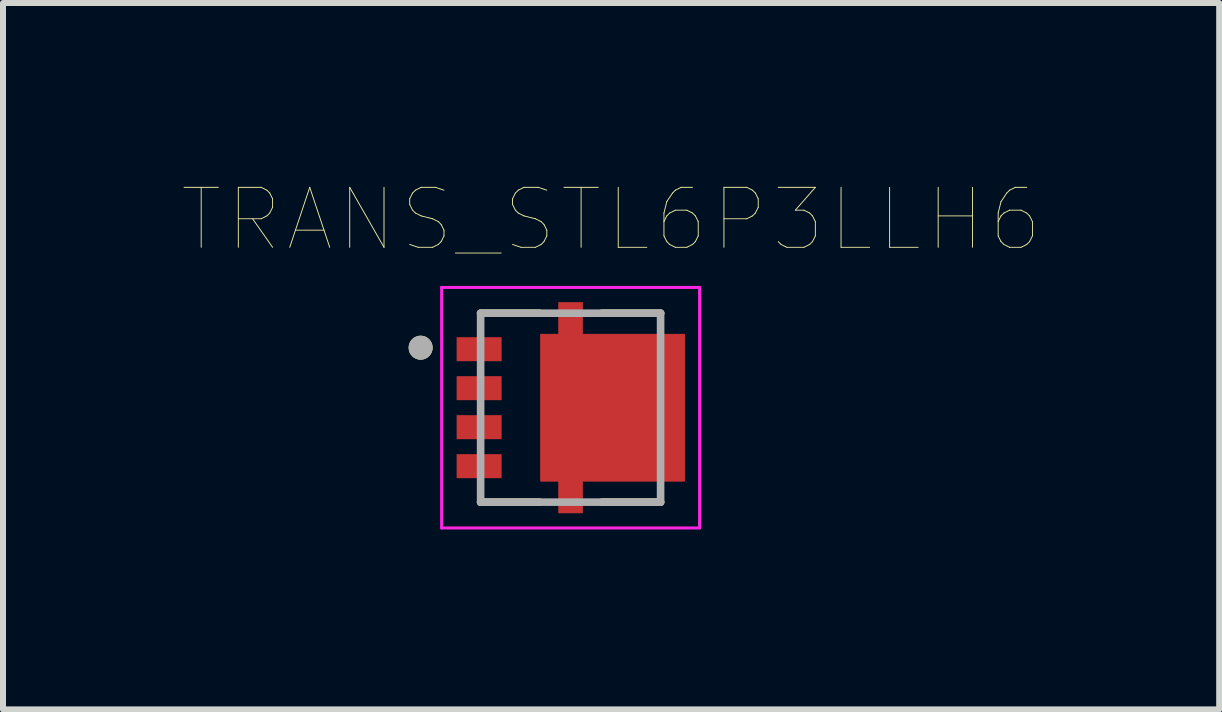
<source format=kicad_pcb>
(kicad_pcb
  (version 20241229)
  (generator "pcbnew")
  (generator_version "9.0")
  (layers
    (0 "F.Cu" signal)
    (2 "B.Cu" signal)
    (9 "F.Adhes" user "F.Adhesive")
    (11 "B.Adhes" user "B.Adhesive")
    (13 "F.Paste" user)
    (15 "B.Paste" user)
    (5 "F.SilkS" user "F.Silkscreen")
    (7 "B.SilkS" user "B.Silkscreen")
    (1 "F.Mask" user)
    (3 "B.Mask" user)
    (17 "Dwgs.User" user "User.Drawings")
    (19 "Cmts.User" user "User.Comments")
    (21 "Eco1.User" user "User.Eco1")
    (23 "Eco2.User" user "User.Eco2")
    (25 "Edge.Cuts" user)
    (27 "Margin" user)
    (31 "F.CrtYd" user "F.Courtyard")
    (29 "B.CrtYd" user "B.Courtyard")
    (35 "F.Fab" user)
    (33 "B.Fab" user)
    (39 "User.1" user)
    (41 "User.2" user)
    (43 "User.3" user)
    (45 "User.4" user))
  (footprint "TRANS_STL6P3LLH6"
    (layer "F.Cu")
    (at 6.462 3.746)
    (property "Reference" "TRANS_STL6P3LLH6" (at 0.675 -3.135 0) (layer "F.SilkS") (effects (font (size 1 1) (thickness 0.015))))
    (attr through_hole)
    (fp_poly (pts (xy -0.5 -1.225) (xy -0.5 1.225) (xy -0.2 1.225) (xy -0.2 1.755) (xy 0.2 1.755) (xy 0.2 1.225) (xy 1.9 1.225) (xy 1.9 -1.225) (xy 0.2 -1.225) (xy 0.2 -1.755) (xy -0.2 -1.755) (xy -0.2 -1.225)) (stroke (width 0.01) (type solid)) (fill yes) (layer "F.Cu"))
    (fp_poly (pts (xy -0.6 -1.325) (xy -0.6 1.325) (xy -0.3 1.325) (xy -0.3 1.855) (xy 0.3 1.855) (xy 0.3 1.325) (xy 2 1.325) (xy 2 -1.325) (xy 0.3 -1.325) (xy 0.3 -1.855) (xy -0.3 -1.855) (xy -0.3 -1.325)) (stroke (width 0.01) (type solid)) (fill yes) (layer "F.Mask"))
    (fp_line (start -0.52 -1.575) (end -1.5 -1.575) (stroke (width 0.127) (type solid)) (layer "F.SilkS"))
    (fp_line (start -0.52 1.575) (end -1.5 1.575) (stroke (width 0.127) (type solid)) (layer "F.SilkS"))
    (fp_line (start 1.5 -1.575) (end 0.52 -1.575) (stroke (width 0.127) (type solid)) (layer "F.SilkS"))
    (fp_line (start 1.5 1.575) (end 0.52 1.575) (stroke (width 0.127) (type solid)) (layer "F.SilkS"))
    (fp_circle (center -2.5 -1) (end -2.4 -1) (stroke (width 0.2) (type solid)) (fill no) (layer "F.SilkS"))
    (fp_poly (pts (xy -0.2 -1.755) (xy 0.2 -1.755) (xy 0.2 -1.23) (xy -0.2 -1.23)) (stroke (width 0.01) (type solid)) (fill yes) (layer "F.Paste"))
    (fp_poly (pts (xy -0.2 1.23) (xy 0.2 1.23) (xy 0.2 1.755) (xy -0.2 1.755)) (stroke (width 0.01) (type solid)) (fill yes) (layer "F.Paste"))
    (fp_poly (pts (xy -0.06 -0.775) (xy 1.46 -0.775) (xy 1.46 0.775) (xy -0.06 0.775)) (stroke (width 0.01) (type solid)) (fill yes) (layer "F.Paste"))
    (fp_line (start -2.15 -2.005) (end 2.15 -2.005) (stroke (width 0.05) (type solid)) (layer "F.CrtYd"))
    (fp_line (start -2.15 2.005) (end -2.15 -2.005) (stroke (width 0.05) (type solid)) (layer "F.CrtYd"))
    (fp_line (start 2.15 -2.005) (end 2.15 2.005) (stroke (width 0.05) (type solid)) (layer "F.CrtYd"))
    (fp_line (start 2.15 2.005) (end -2.15 2.005) (stroke (width 0.05) (type solid)) (layer "F.CrtYd"))
    (fp_line (start -1.5 -1.575) (end 1.5 -1.575) (stroke (width 0.127) (type solid)) (layer "F.Fab"))
    (fp_line (start -1.5 1.575) (end -1.5 -1.575) (stroke (width 0.127) (type solid)) (layer "F.Fab"))
    (fp_line (start 1.5 -1.575) (end 1.5 1.575) (stroke (width 0.127) (type solid)) (layer "F.Fab"))
    (fp_line (start 1.5 1.575) (end -1.5 1.575) (stroke (width 0.127) (type solid)) (layer "F.Fab"))
    (fp_circle (center -2.5 -1) (end -2.4 -1) (stroke (width 0.2) (type solid)) (fill no) (layer "F.Fab"))
    (pad "1" smd rect (at -1.525 -0.975) (size 0.75 0.4) (layers "F.Cu" "F.Mask" "F.Paste"))
    (pad "2" smd rect (at -1.525 -0.325) (size 0.75 0.4) (layers "F.Cu" "F.Mask" "F.Paste"))
    (pad "3" smd rect (at -1.525 0.325) (size 0.75 0.4) (layers "F.Cu" "F.Mask" "F.Paste"))
    (pad "4" smd rect (at -1.525 0.975) (size 0.75 0.4) (layers "F.Cu" "F.Mask" "F.Paste"))
    (pad "5_8" smd rect (at 0.7 0) (size 2.4 2.45) (layers "F.Cu")))
  (gr_rect
    (start -3 -3)
    (end 17.274 8.776)
    (stroke (width 0.1) (type default))
    (fill no)
    (layer "Edge.Cuts")))
</source>
